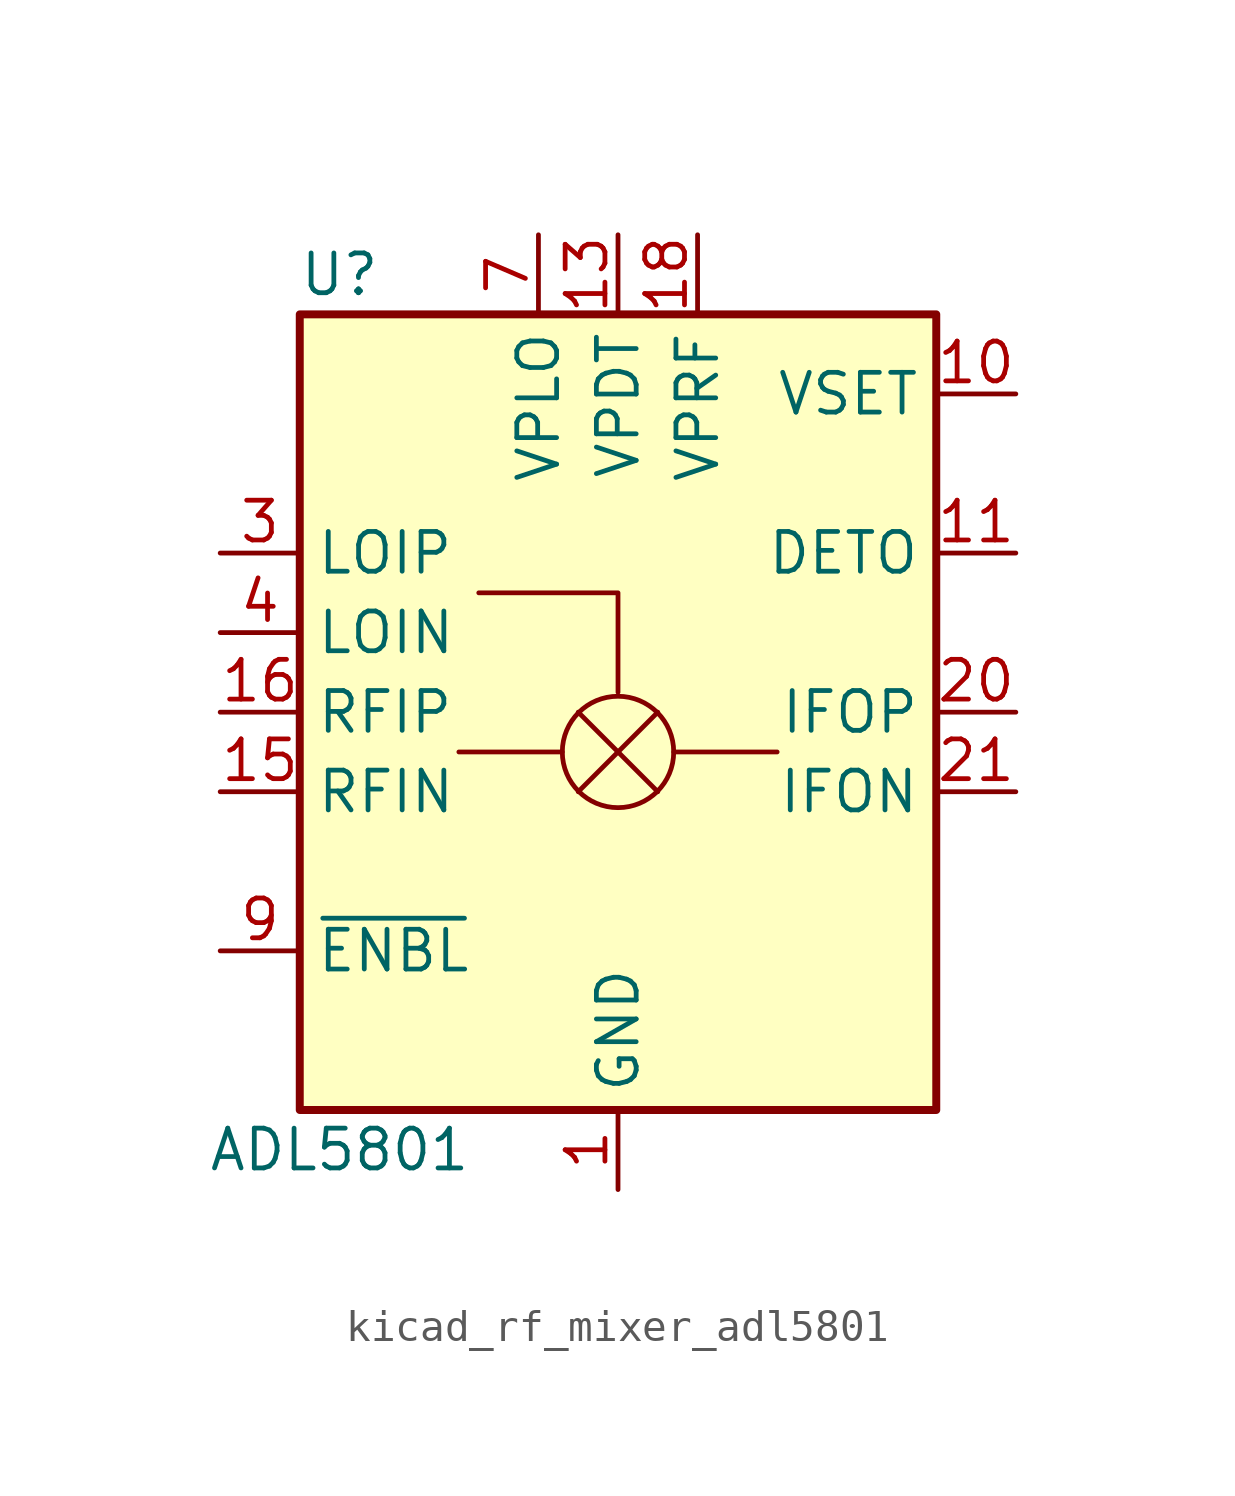
<source format=kicad_sym>
(kicad_symbol_lib
  (version 20220914)
  (generator kicad_symbol_editor)
  (symbol "kicad_rf_mixer_adl5801"
    (property "Reference" "U"
      (at -8.89 13.97 0)
      (effects (font (size 1.27 1.27))))
    (property "Value" "ADL5801"
      (at -8.89 -13.97 0)
      (effects (font (size 1.27 1.27))))
    (symbol "kicad_rf_mixer_adl5801_0_1"
      (rectangle (start -10.16 12.7) (end 10.16 -12.7) (stroke (width 0.254) (type default)) (fill (type background)))
      (polyline (pts (xy -4.445 3.81) (xy 0 3.81) (xy 0 0.635)) (stroke (width 0) (type default)) (fill (type none))))
    (symbol "kicad_rf_mixer_adl5801_1_1"
      (circle (center 0 -1.27) (radius 1.778) (stroke (width 0) (type default)) (fill (type none)))
      (polyline (pts (xy -1.778 -1.27) (xy -5.08 -1.27)) (stroke (width 0) (type default)) (fill (type none)))
      (polyline (pts (xy -1.27 -2.54) (xy 1.27 0)) (stroke (width 0) (type default)) (fill (type none)))
      (polyline (pts (xy -1.27 0) (xy 1.27 -2.54)) (stroke (width 0) (type default)) (fill (type none)))
      (polyline (pts (xy 1.778 -1.27) (xy 5.08 -1.27)) (stroke (width 0) (type default)) (fill (type none)))
      (pin power_in line (at 0 -15.24 90) (length 2.54) (name "GND" (effects (font (size 1.27 1.27)))) (number "1" (effects (font (size 1.27 1.27)))))
      (pin input line (at 12.7 10.16 180) (length 2.54) (name "VSET" (effects (font (size 1.27 1.27)))) (number "10" (effects (font (size 1.27 1.27)))))
      (pin output line (at 12.7 5.08 180) (length 2.54) (name "DETO" (effects (font (size 1.27 1.27)))) (number "11" (effects (font (size 1.27 1.27)))))
      (pin passive line (at 0 -15.24 90) (length 2.54) hide (name "GND" (effects (font (size 1.27 1.27)))) (number "12" (effects (font (size 1.27 1.27)))))
      (pin power_in line (at 0 15.24 270) (length 2.54) (name "VPDT" (effects (font (size 1.27 1.27)))) (number "13" (effects (font (size 1.27 1.27)))))
      (pin passive line (at 0 -15.24 90) (length 2.54) hide (name "GND" (effects (font (size 1.27 1.27)))) (number "14" (effects (font (size 1.27 1.27)))))
      (pin input line (at -12.7 -2.54 0) (length 2.54) (name "RFIN" (effects (font (size 1.27 1.27)))) (number "15" (effects (font (size 1.27 1.27)))))
      (pin input line (at -12.7 0 0) (length 2.54) (name "RFIP" (effects (font (size 1.27 1.27)))) (number "16" (effects (font (size 1.27 1.27)))))
      (pin passive line (at 0 -15.24 90) (length 2.54) hide (name "GND" (effects (font (size 1.27 1.27)))) (number "17" (effects (font (size 1.27 1.27)))))
      (pin power_in line (at 2.54 15.24 270) (length 2.54) (name "VPRF" (effects (font (size 1.27 1.27)))) (number "18" (effects (font (size 1.27 1.27)))))
      (pin passive line (at 0 -15.24 90) (length 2.54) hide (name "GND" (effects (font (size 1.27 1.27)))) (number "19" (effects (font (size 1.27 1.27)))))
      (pin passive line (at 0 -15.24 90) (length 2.54) hide (name "GND" (effects (font (size 1.27 1.27)))) (number "2" (effects (font (size 1.27 1.27)))))
      (pin output line (at 12.7 0 180) (length 2.54) (name "IFOP" (effects (font (size 1.27 1.27)))) (number "20" (effects (font (size 1.27 1.27)))))
      (pin output line (at 12.7 -2.54 180) (length 2.54) (name "IFON" (effects (font (size 1.27 1.27)))) (number "21" (effects (font (size 1.27 1.27)))))
      (pin no_connect line (at 10.16 -7.62 180) (length 2.54) hide (name "NC" (effects (font (size 1.27 1.27)))) (number "22" (effects (font (size 1.27 1.27)))))
      (pin passive line (at 0 -15.24 90) (length 2.54) hide (name "GND" (effects (font (size 1.27 1.27)))) (number "23" (effects (font (size 1.27 1.27)))))
      (pin passive line (at -2.54 15.24 270) (length 2.54) hide (name "VPLO" (effects (font (size 1.27 1.27)))) (number "24" (effects (font (size 1.27 1.27)))))
      (pin passive line (at 0 -15.24 90) (length 2.54) hide (name "GND" (effects (font (size 1.27 1.27)))) (number "25" (effects (font (size 1.27 1.27)))))
      (pin input line (at -12.7 5.08 0) (length 2.54) (name "LOIP" (effects (font (size 1.27 1.27)))) (number "3" (effects (font (size 1.27 1.27)))))
      (pin input line (at -12.7 2.54 0) (length 2.54) (name "LOIN" (effects (font (size 1.27 1.27)))) (number "4" (effects (font (size 1.27 1.27)))))
      (pin passive line (at 0 -15.24 90) (length 2.54) hide (name "GND" (effects (font (size 1.27 1.27)))) (number "5" (effects (font (size 1.27 1.27)))))
      (pin passive line (at 0 -15.24 90) (length 2.54) hide (name "GND" (effects (font (size 1.27 1.27)))) (number "6" (effects (font (size 1.27 1.27)))))
      (pin power_in line (at -2.54 15.24 270) (length 2.54) (name "VPLO" (effects (font (size 1.27 1.27)))) (number "7" (effects (font (size 1.27 1.27)))))
      (pin passive line (at 0 -15.24 90) (length 2.54) hide (name "GND" (effects (font (size 1.27 1.27)))) (number "8" (effects (font (size 1.27 1.27)))))
      (pin input line (at -12.7 -7.62 0) (length 2.54) (name "~{ENBL}" (effects (font (size 1.27 1.27)))) (number "9" (effects (font (size 1.27 1.27))))))))
</source>
